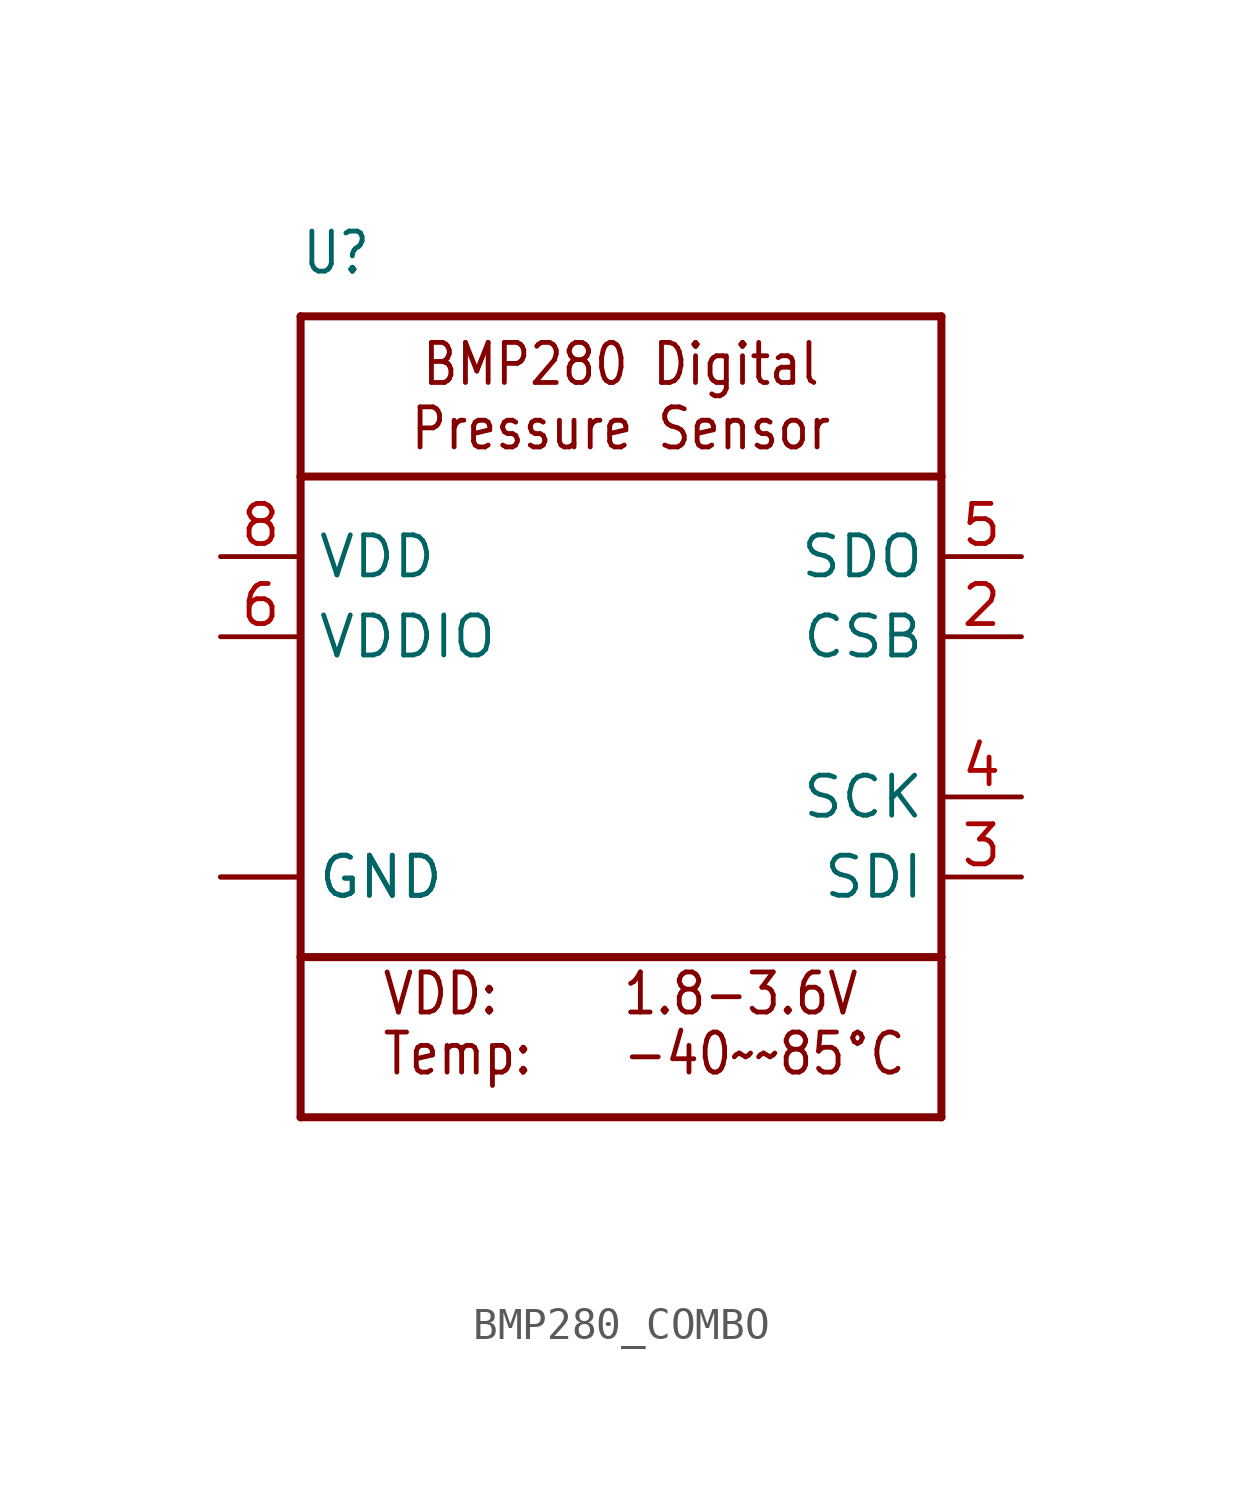
<source format=kicad_sym>
(kicad_symbol_lib
  (version 20220914)
  (generator kicad_symbol_editor)
  (symbol "BMP280_COMBO"
    (property "Reference" "U"
      (at -10.16 13.97 0)
      (effects (font (size 1.27 1.079)) (justify left bottom)))
    (property "Value" ""
      (at -10.16 -15.24 0)
      (effects (font (size 1.27 1.079)) (justify left bottom)))
    (property "ki_locked" ""
      (at 0 0 0)
      (effects (font (size 1.27 1.27))))
    (symbol "BMP280_COMBO_1_0"
      (polyline (pts (xy -10.16 -7.62) (xy -10.16 -12.7)) (stroke (width 0.254) (type solid)) (fill (type none)))
      (polyline (pts (xy -10.16 -7.62) (xy -10.16 7.62)) (stroke (width 0.254) (type solid)) (fill (type none)))
      (polyline (pts (xy -10.16 7.62) (xy 10.16 7.62)) (stroke (width 0.254) (type solid)) (fill (type none)))
      (polyline (pts (xy -10.16 12.7) (xy -10.16 7.62)) (stroke (width 0.254) (type solid)) (fill (type none)))
      (polyline (pts (xy -10.16 12.7) (xy 10.16 12.7)) (stroke (width 0.254) (type solid)) (fill (type none)))
      (polyline (pts (xy 10.16 -12.7) (xy -10.16 -12.7)) (stroke (width 0.254) (type solid)) (fill (type none)))
      (polyline (pts (xy 10.16 -7.62) (xy -10.16 -7.62)) (stroke (width 0.254) (type solid)) (fill (type none)))
      (polyline (pts (xy 10.16 -7.62) (xy 10.16 -12.7)) (stroke (width 0.254) (type solid)) (fill (type none)))
      (polyline (pts (xy 10.16 7.62) (xy 10.16 -7.62)) (stroke (width 0.254) (type solid)) (fill (type none)))
      (polyline (pts (xy 10.16 12.7) (xy 10.16 7.62)) (stroke (width 0.254) (type solid)) (fill (type none)))
      (text "-40~~85°C" (at 0 -11.43 0) (effects (font (size 1.27 1.079)) (justify left bottom)))
      (text "1.8-3.6V" (at 0 -9.525 0) (effects (font (size 1.27 1.079)) (justify left bottom)))
      (text "BMP280 Digital\nPressure Sensor" (at 0 10.16 0) (effects (font (size 1.27 1.079))))
      (text "Temp:" (at -7.62 -11.43 0) (effects (font (size 1.27 1.079)) (justify left bottom)))
      (text "VDD:" (at -7.62 -9.525 0) (effects (font (size 1.27 1.079)) (justify left bottom)))
      (pin power_in line (at -12.7 -5.08 0) (length 2.54) (name "GND" (effects (font (size 1.27 1.27)))) (number "1" (effects (font (size 0 0)))))
      (pin input line (at 12.7 2.54 180) (length 2.54) (name "CSB" (effects (font (size 1.27 1.27)))) (number "2" (effects (font (size 1.27 1.27)))))
      (pin input line (at 12.7 -5.08 180) (length 2.54) (name "SDI" (effects (font (size 1.27 1.27)))) (number "3" (effects (font (size 1.27 1.27)))))
      (pin input line (at 12.7 -2.54 180) (length 2.54) (name "SCK" (effects (font (size 1.27 1.27)))) (number "4" (effects (font (size 1.27 1.27)))))
      (pin output line (at 12.7 5.08 180) (length 2.54) (name "SDO" (effects (font (size 1.27 1.27)))) (number "5" (effects (font (size 1.27 1.27)))))
      (pin power_in line (at -12.7 2.54 0) (length 2.54) (name "VDDIO" (effects (font (size 1.27 1.27)))) (number "6" (effects (font (size 1.27 1.27)))))
      (pin power_in line (at -12.7 -5.08 0) (length 2.54) (name "GND" (effects (font (size 1.27 1.27)))) (number "7" (effects (font (size 0 0)))))
      (pin power_in line (at -12.7 5.08 0) (length 2.54) (name "VDD" (effects (font (size 1.27 1.27)))) (number "8" (effects (font (size 1.27 1.27))))))))
</source>
